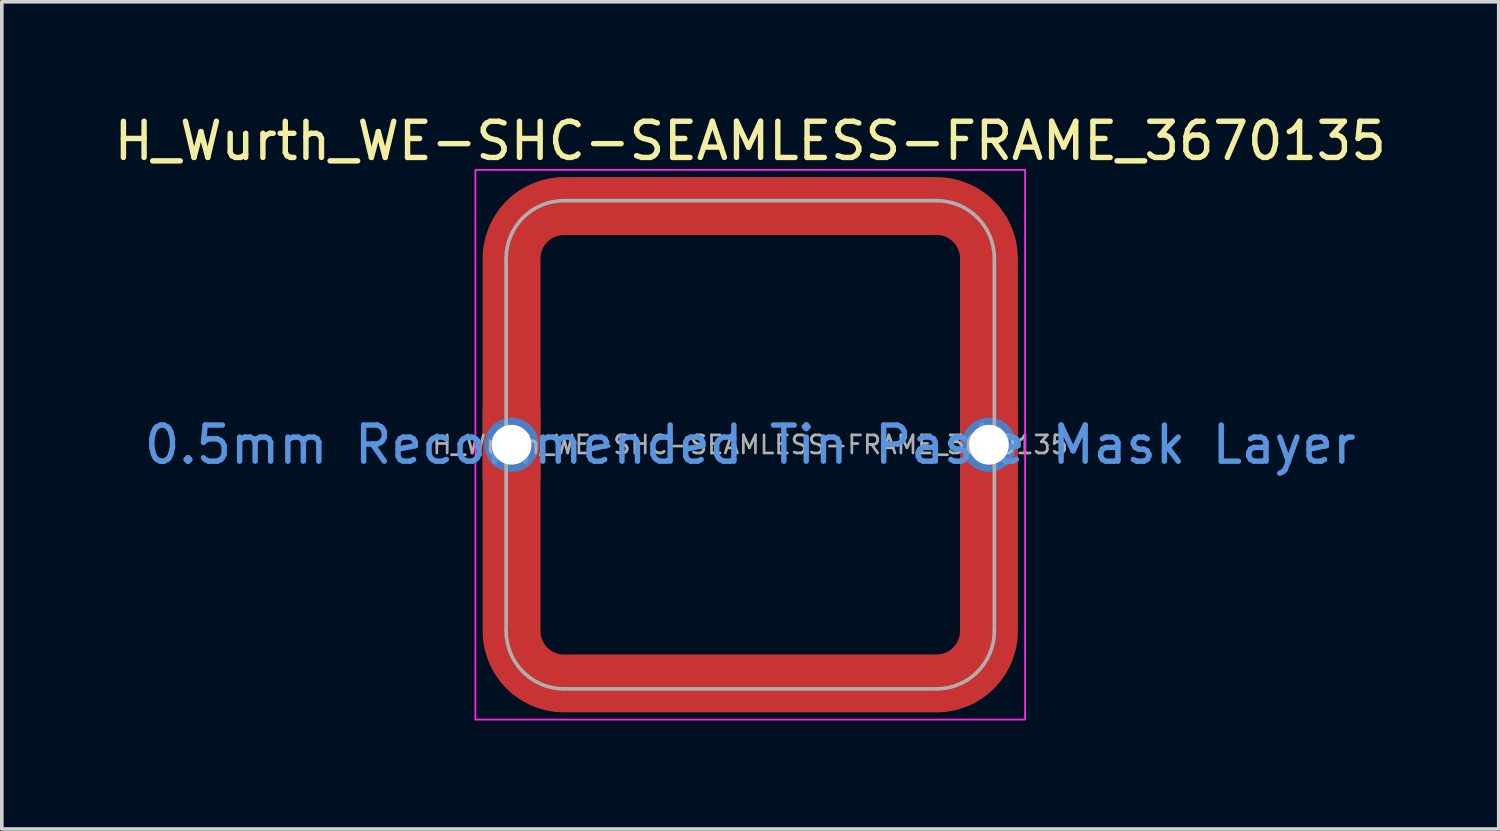
<source format=kicad_pcb>
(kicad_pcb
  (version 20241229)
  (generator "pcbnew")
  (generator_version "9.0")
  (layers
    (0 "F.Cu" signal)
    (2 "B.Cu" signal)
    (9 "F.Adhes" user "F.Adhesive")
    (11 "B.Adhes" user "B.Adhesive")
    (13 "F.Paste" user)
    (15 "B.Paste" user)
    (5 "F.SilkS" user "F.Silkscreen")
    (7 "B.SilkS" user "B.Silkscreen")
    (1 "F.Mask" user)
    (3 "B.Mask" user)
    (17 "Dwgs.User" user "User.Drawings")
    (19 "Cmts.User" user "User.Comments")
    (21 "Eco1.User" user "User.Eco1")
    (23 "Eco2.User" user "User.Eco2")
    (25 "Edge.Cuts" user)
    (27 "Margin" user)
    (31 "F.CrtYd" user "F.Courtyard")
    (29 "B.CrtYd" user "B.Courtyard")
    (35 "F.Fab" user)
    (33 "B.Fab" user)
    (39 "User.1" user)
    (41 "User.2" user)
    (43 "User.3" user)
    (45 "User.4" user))
  (footprint "H_Wurth_WE-SHC-SEAMLESS-FRAME_3670135"
    (layer "F.Cu")
    (at 17.696 9.248)
    (property "Reference" "H_Wurth_WE-SHC-SEAMLESS-FRAME_3670135" (at 0 -8.4 0) (unlocked yes) (layer "F.SilkS") (effects (font (size 1 1) (thickness 0.15))))
    (attr smd)
    (fp_rect (start -7.6 -7.6) (end 7.6 7.6) (stroke (width 0.05) (type solid)) (fill no) (layer "F.CrtYd"))
    (fp_line (start -6.75 5.15) (end -6.75 -5.15) (stroke (width 0.1) (type solid)) (layer "F.Fab"))
    (fp_line (start -5.15 -6.75) (end 5.15 -6.75) (stroke (width 0.1) (type solid)) (layer "F.Fab"))
    (fp_line (start -5.15 6.75) (end 5.15 6.75) (stroke (width 0.1) (type solid)) (layer "F.Fab"))
    (fp_line (start 6.75 5.15) (end 6.75 -5.15) (stroke (width 0.1) (type solid)) (layer "F.Fab"))
    (fp_arc (start -6.75 -5.15) (mid -6.281371 -6.28137) (end -5.15 -6.75) (stroke (width 0.1) (type default)) (layer "F.Fab"))
    (fp_arc (start -5.15 6.75) (mid -6.28137 6.281371) (end -6.75 5.15) (stroke (width 0.1) (type default)) (layer "F.Fab"))
    (fp_arc (start 5.15 -6.75) (mid 6.28137 -6.281371) (end 6.75 -5.15) (stroke (width 0.1) (type default)) (layer "F.Fab"))
    (fp_arc (start 6.75 5.15) (mid 6.281371 6.28137) (end 5.15 6.75) (stroke (width 0.1) (type default)) (layer "F.Fab"))
    (fp_text user "0.5mm Recommended Tin Paste Mask Layer" (at 0 0 0) (unlocked yes) (layer "Cmts.User") (effects (font (size 1 1) (thickness 0.15))))
    (fp_text user "${REFERENCE}" (at 0 0 0) (unlocked yes) (layer "F.Fab") (effects (font (size 0.5 0.5) (thickness 0.075))))
    (pad "1" thru_hole circle (at -6.6 0) (size 1.5 1.5) (drill 1.1) (layers "*.Cu" "*.Mask"))
    (pad "1" smd custom (at 0 -6.6) (size 10.3 1.5) (layers "F.Cu" "F.Mask" "F.Paste") (options (anchor rect)) (primitives (gr_poly (pts (xy -5.85 7.6) (xy -7.35 7.6) (xy -7.35 1.45) (xy -7.347 1.335) (xy -7.338 1.22) (xy -7.323 1.106) (xy -7.302 0.993) (xy -7.275 0.881) (xy -7.242 0.77) (xy -7.204 0.662) (xy -7.16 0.555) (xy -7.11 0.451) (xy -7.055 0.35) (xy -6.995 0.252) (xy -6.93 0.157) (xy -6.86 0.065) (xy -6.785 -0.022) (xy -6.706 -0.106) (xy -6.622 -0.185) (xy -6.535 -0.26) (xy -6.443 -0.33) (xy -6.348 -0.395) (xy -6.25 -0.455) (xy -6.149 -0.51) (xy -6.045 -0.56) (xy -5.938 -0.604) (xy -5.83 -0.642) (xy -5.719 -0.675) (xy -5.607 -0.702) (xy -5.494 -0.723) (xy -5.38 -0.738) (xy -5.265 -0.747) (xy -5.15 -0.75) (xy 5.15 -0.75) (xy 5.265 -0.747) (xy 5.38 -0.738) (xy 5.494 -0.723) (xy 5.607 -0.702) (xy 5.719 -0.675) (xy 5.83 -0.642) (xy 5.938 -0.604) (xy 6.045 -0.56) (xy 6.149 -0.51) (xy 6.25 -0.455) (xy 6.348 -0.395) (xy 6.443 -0.33) (xy 6.535 -0.26) (xy 6.622 -0.185) (xy 6.706 -0.106) (xy 6.785 -0.022) (xy 6.86 0.065) (xy 6.93 0.157) (xy 6.995 0.252) (xy 7.055 0.35) (xy 7.11 0.451) (xy 7.16 0.555) (xy 7.204 0.662) (xy 7.242 0.77) (xy 7.275 0.881) (xy 7.302 0.993) (xy 7.323 1.106) (xy 7.338 1.22) (xy 7.347 1.335) (xy 7.35 1.45) (xy 7.35 7.6) (xy 5.85 7.6) (xy 5.85 1.45) (xy 5.849 1.413) (xy 5.846 1.377) (xy 5.841 1.34) (xy 5.835 1.304) (xy 5.826 1.269) (xy 5.816 1.234) (xy 5.804 1.199) (xy 5.789 1.165) (xy 5.774 1.132) (xy 5.756 1.1) (xy 5.737 1.069) (xy 5.716 1.039) (xy 5.694 1.009) (xy 5.67 0.982) (xy 5.645 0.955) (xy 5.618 0.93) (xy 5.591 0.906) (xy 5.561 0.884) (xy 5.531 0.863) (xy 5.5 0.844) (xy 5.468 0.826) (xy 5.435 0.811) (xy 5.401 0.796) (xy 5.366 0.784) (xy 5.331 0.774) (xy 5.296 0.765) (xy 5.26 0.759) (xy 5.223 0.754) (xy 5.187 0.751) (xy 5.15 0.75) (xy -5.15 0.75) (xy -5.187 0.751) (xy -5.223 0.754) (xy -5.26 0.759) (xy -5.296 0.765) (xy -5.331 0.774) (xy -5.366 0.784) (xy -5.401 0.796) (xy -5.435 0.811) (xy -5.468 0.826) (xy -5.5 0.844) (xy -5.531 0.863) (xy -5.561 0.884) (xy -5.591 0.906) (xy -5.618 0.93) (xy -5.645 0.955) (xy -5.67 0.982) (xy -5.694 1.009) (xy -5.716 1.039) (xy -5.737 1.069) (xy -5.756 1.1) (xy -5.774 1.132) (xy -5.789 1.165) (xy -5.804 1.199) (xy -5.816 1.234) (xy -5.826 1.269) (xy -5.835 1.304) (xy -5.841 1.34) (xy -5.846 1.377) (xy -5.849 1.413) (xy -5.85 1.45) (xy -5.85 7.6)) (width 0.1) (fill yes))))
    (pad "1" smd custom (at 0 6.6) (size 10.3 1.5) (layers "F.Cu" "F.Mask" "F.Paste") (options (anchor rect)) (primitives (gr_poly (pts (xy 5.85 -7.6) (xy 7.35 -7.6) (xy 7.35 -1.45) (xy 7.347 -1.335) (xy 7.338 -1.22) (xy 7.323 -1.106) (xy 7.302 -0.993) (xy 7.275 -0.881) (xy 7.242 -0.77) (xy 7.204 -0.662) (xy 7.16 -0.555) (xy 7.11 -0.451) (xy 7.055 -0.35) (xy 6.995 -0.252) (xy 6.93 -0.157) (xy 6.86 -0.065) (xy 6.785 0.022) (xy 6.706 0.106) (xy 6.622 0.185) (xy 6.535 0.26) (xy 6.443 0.33) (xy 6.348 0.395) (xy 6.25 0.455) (xy 6.149 0.51) (xy 6.045 0.56) (xy 5.938 0.604) (xy 5.83 0.642) (xy 5.719 0.675) (xy 5.607 0.702) (xy 5.494 0.723) (xy 5.38 0.738) (xy 5.265 0.747) (xy 5.15 0.75) (xy -5.15 0.75) (xy -5.265 0.747) (xy -5.38 0.738) (xy -5.494 0.723) (xy -5.607 0.702) (xy -5.719 0.675) (xy -5.83 0.642) (xy -5.938 0.604) (xy -6.045 0.56) (xy -6.149 0.51) (xy -6.25 0.455) (xy -6.348 0.395) (xy -6.443 0.33) (xy -6.535 0.26) (xy -6.622 0.185) (xy -6.706 0.106) (xy -6.785 0.022) (xy -6.86 -0.065) (xy -6.93 -0.157) (xy -6.995 -0.252) (xy -7.055 -0.35) (xy -7.11 -0.451) (xy -7.16 -0.555) (xy -7.204 -0.662) (xy -7.242 -0.77) (xy -7.275 -0.881) (xy -7.302 -0.993) (xy -7.323 -1.106) (xy -7.338 -1.22) (xy -7.347 -1.335) (xy -7.35 -1.45) (xy -7.35 -7.6) (xy -5.85 -7.6) (xy -5.85 -1.45) (xy -5.849 -1.413) (xy -5.846 -1.377) (xy -5.841 -1.34) (xy -5.835 -1.304) (xy -5.826 -1.269) (xy -5.816 -1.234) (xy -5.804 -1.199) (xy -5.789 -1.165) (xy -5.774 -1.132) (xy -5.756 -1.1) (xy -5.737 -1.069) (xy -5.716 -1.039) (xy -5.694 -1.009) (xy -5.67 -0.982) (xy -5.645 -0.955) (xy -5.618 -0.93) (xy -5.591 -0.906) (xy -5.561 -0.884) (xy -5.531 -0.863) (xy -5.5 -0.844) (xy -5.468 -0.826) (xy -5.435 -0.811) (xy -5.401 -0.796) (xy -5.366 -0.784) (xy -5.331 -0.774) (xy -5.296 -0.765) (xy -5.26 -0.759) (xy -5.223 -0.754) (xy -5.187 -0.751) (xy -5.15 -0.75) (xy 5.15 -0.75) (xy 5.187 -0.751) (xy 5.223 -0.754) (xy 5.26 -0.759) (xy 5.296 -0.765) (xy 5.331 -0.774) (xy 5.366 -0.784) (xy 5.401 -0.796) (xy 5.435 -0.811) (xy 5.468 -0.826) (xy 5.5 -0.844) (xy 5.531 -0.863) (xy 5.561 -0.884) (xy 5.591 -0.906) (xy 5.618 -0.93) (xy 5.645 -0.955) (xy 5.67 -0.982) (xy 5.694 -1.009) (xy 5.716 -1.039) (xy 5.737 -1.069) (xy 5.756 -1.1) (xy 5.774 -1.132) (xy 5.789 -1.165) (xy 5.804 -1.199) (xy 5.816 -1.234) (xy 5.826 -1.269) (xy 5.835 -1.304) (xy 5.841 -1.34) (xy 5.846 -1.377) (xy 5.849 -1.413) (xy 5.85 -1.45) (xy 5.85 -7.6)) (width 0.1) (fill yes))))
    (pad "1" thru_hole circle (at 6.6 0) (size 1.5 1.5) (drill 1.1) (layers "*.Cu" "*.Mask")))
  (gr_rect
    (start -3 -3)
    (end 38.393 19.873)
    (stroke (width 0.1) (type default))
    (fill no)
    (layer "Edge.Cuts")))
</source>
